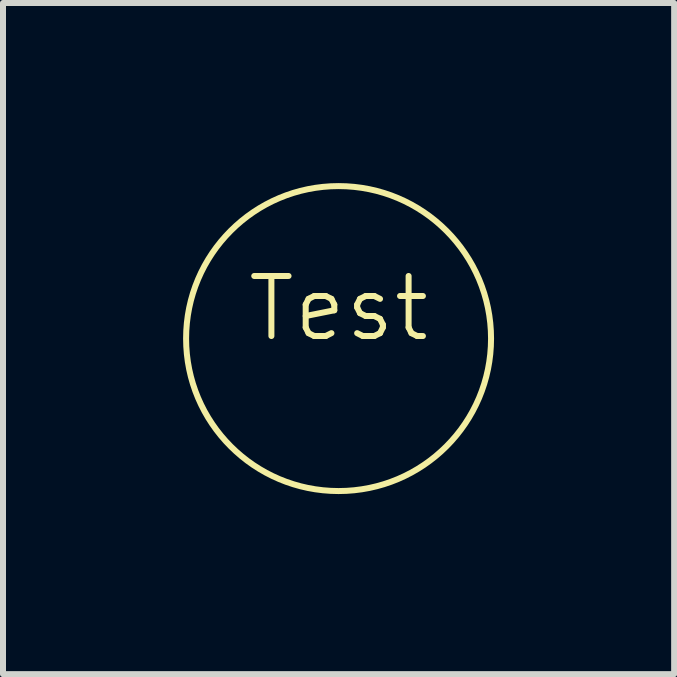
<source format=kicad_pcb>
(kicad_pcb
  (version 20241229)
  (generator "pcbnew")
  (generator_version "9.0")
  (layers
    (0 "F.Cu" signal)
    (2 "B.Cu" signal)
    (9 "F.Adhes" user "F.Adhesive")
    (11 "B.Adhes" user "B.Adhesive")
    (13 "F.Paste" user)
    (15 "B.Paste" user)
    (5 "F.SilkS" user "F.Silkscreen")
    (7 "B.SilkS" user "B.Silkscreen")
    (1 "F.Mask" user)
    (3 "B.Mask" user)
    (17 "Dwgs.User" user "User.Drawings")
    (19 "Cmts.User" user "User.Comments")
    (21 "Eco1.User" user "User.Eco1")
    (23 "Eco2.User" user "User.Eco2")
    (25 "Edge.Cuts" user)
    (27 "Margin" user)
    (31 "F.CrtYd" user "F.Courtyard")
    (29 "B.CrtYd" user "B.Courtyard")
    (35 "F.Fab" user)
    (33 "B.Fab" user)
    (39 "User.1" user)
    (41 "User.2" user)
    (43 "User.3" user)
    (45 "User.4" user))
  (footprint "Test"
    (layer "F.Cu")
    (at 2.59 2.59)
    (property "Reference" "Test" (at 0 -0.5 0) (unlocked yes) (layer "F.SilkS") (effects (font (size 1 1) (thickness 0.1))))
    (attr smd)
    (fp_circle (center 0 0) (end 2.54 0) (stroke (width 0.1) (type default)) (fill no) (layer "F.SilkS")))
  (gr_rect
    (start -3 -3)
    (end 8.18 8.18)
    (stroke (width 0.1) (type default))
    (fill no)
    (layer "Edge.Cuts")))
</source>
